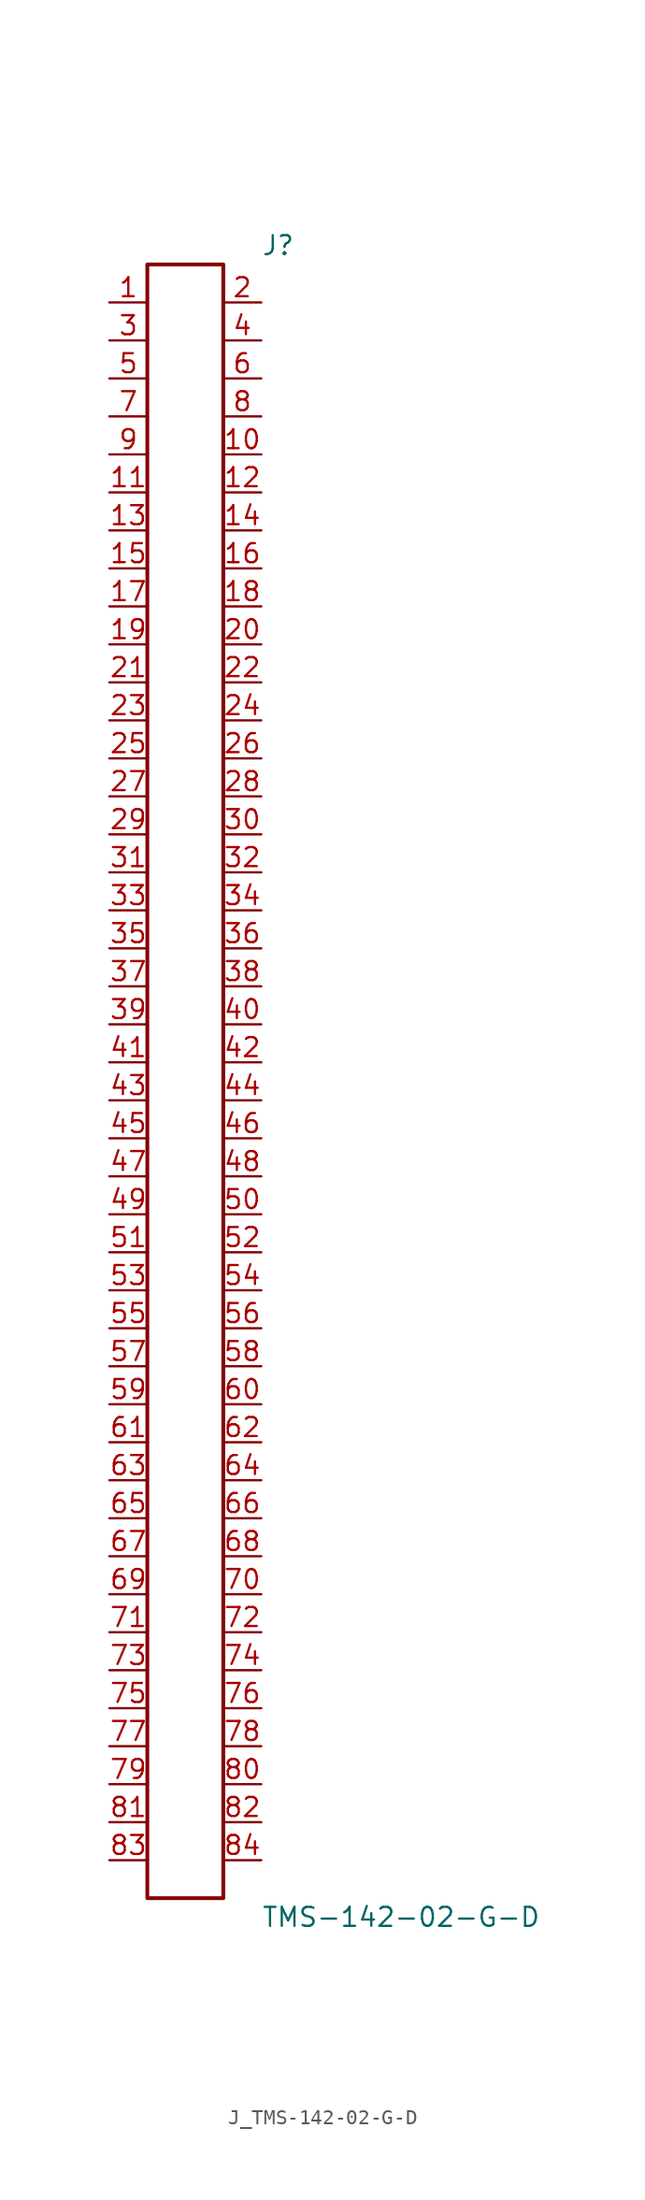
<source format=kicad_sym>
(kicad_symbol_lib
  (version 20231120)
  (generator kicad_symbol_editor)
  (generator_version 8.0)
  (symbol "J_TMS-142-02-G-D"
    (pin_names
      (offset 0.254))
    (property "Reference" "J"
      (at 5.08 55.88 0)
      (effects (font (size 1.27 1.27)) (justify left)))
    (property "Value" "TMS-142-02-G-D"
      (at 5.08 -55.88 0)
      (effects (font (size 1.27 1.27)) (justify left)))
    (symbol "J_TMS-142-02-G-D_0_0"
      (pin unspecified line (at -5.08 52.07 0) (length 2.54) (name "" (effects (font (size 1.27 1.27)))) (number "1" (effects (font (size 1.27 1.27)))))
      (pin unspecified line (at 5.08 52.07 180) (length 2.54) (name "" (effects (font (size 1.27 1.27)))) (number "2" (effects (font (size 1.27 1.27)))))
      (pin unspecified line (at -5.08 49.53 0) (length 2.54) (name "" (effects (font (size 1.27 1.27)))) (number "3" (effects (font (size 1.27 1.27)))))
      (pin unspecified line (at 5.08 49.53 180) (length 2.54) (name "" (effects (font (size 1.27 1.27)))) (number "4" (effects (font (size 1.27 1.27)))))
      (pin unspecified line (at -5.08 46.99 0) (length 2.54) (name "" (effects (font (size 1.27 1.27)))) (number "5" (effects (font (size 1.27 1.27)))))
      (pin unspecified line (at 5.08 46.99 180) (length 2.54) (name "" (effects (font (size 1.27 1.27)))) (number "6" (effects (font (size 1.27 1.27)))))
      (pin unspecified line (at -5.08 44.45 0) (length 2.54) (name "" (effects (font (size 1.27 1.27)))) (number "7" (effects (font (size 1.27 1.27)))))
      (pin unspecified line (at 5.08 44.45 180) (length 2.54) (name "" (effects (font (size 1.27 1.27)))) (number "8" (effects (font (size 1.27 1.27)))))
      (pin unspecified line (at -5.08 41.91 0) (length 2.54) (name "" (effects (font (size 1.27 1.27)))) (number "9" (effects (font (size 1.27 1.27)))))
      (pin unspecified line (at 5.08 41.91 180) (length 2.54) (name "" (effects (font (size 1.27 1.27)))) (number "10" (effects (font (size 1.27 1.27)))))
      (pin unspecified line (at -5.08 39.37 0) (length 2.54) (name "" (effects (font (size 1.27 1.27)))) (number "11" (effects (font (size 1.27 1.27)))))
      (pin unspecified line (at 5.08 39.37 180) (length 2.54) (name "" (effects (font (size 1.27 1.27)))) (number "12" (effects (font (size 1.27 1.27)))))
      (pin unspecified line (at -5.08 36.83 0) (length 2.54) (name "" (effects (font (size 1.27 1.27)))) (number "13" (effects (font (size 1.27 1.27)))))
      (pin unspecified line (at 5.08 36.83 180) (length 2.54) (name "" (effects (font (size 1.27 1.27)))) (number "14" (effects (font (size 1.27 1.27)))))
      (pin unspecified line (at -5.08 34.29 0) (length 2.54) (name "" (effects (font (size 1.27 1.27)))) (number "15" (effects (font (size 1.27 1.27)))))
      (pin unspecified line (at 5.08 34.29 180) (length 2.54) (name "" (effects (font (size 1.27 1.27)))) (number "16" (effects (font (size 1.27 1.27)))))
      (pin unspecified line (at -5.08 31.75 0) (length 2.54) (name "" (effects (font (size 1.27 1.27)))) (number "17" (effects (font (size 1.27 1.27)))))
      (pin unspecified line (at 5.08 31.75 180) (length 2.54) (name "" (effects (font (size 1.27 1.27)))) (number "18" (effects (font (size 1.27 1.27)))))
      (pin unspecified line (at -5.08 29.21 0) (length 2.54) (name "" (effects (font (size 1.27 1.27)))) (number "19" (effects (font (size 1.27 1.27)))))
      (pin unspecified line (at 5.08 29.21 180) (length 2.54) (name "" (effects (font (size 1.27 1.27)))) (number "20" (effects (font (size 1.27 1.27)))))
      (pin unspecified line (at -5.08 26.67 0) (length 2.54) (name "" (effects (font (size 1.27 1.27)))) (number "21" (effects (font (size 1.27 1.27)))))
      (pin unspecified line (at 5.08 26.67 180) (length 2.54) (name "" (effects (font (size 1.27 1.27)))) (number "22" (effects (font (size 1.27 1.27)))))
      (pin unspecified line (at -5.08 24.13 0) (length 2.54) (name "" (effects (font (size 1.27 1.27)))) (number "23" (effects (font (size 1.27 1.27)))))
      (pin unspecified line (at 5.08 24.13 180) (length 2.54) (name "" (effects (font (size 1.27 1.27)))) (number "24" (effects (font (size 1.27 1.27)))))
      (pin unspecified line (at -5.08 21.59 0) (length 2.54) (name "" (effects (font (size 1.27 1.27)))) (number "25" (effects (font (size 1.27 1.27)))))
      (pin unspecified line (at 5.08 21.59 180) (length 2.54) (name "" (effects (font (size 1.27 1.27)))) (number "26" (effects (font (size 1.27 1.27)))))
      (pin unspecified line (at -5.08 19.05 0) (length 2.54) (name "" (effects (font (size 1.27 1.27)))) (number "27" (effects (font (size 1.27 1.27)))))
      (pin unspecified line (at 5.08 19.05 180) (length 2.54) (name "" (effects (font (size 1.27 1.27)))) (number "28" (effects (font (size 1.27 1.27)))))
      (pin unspecified line (at -5.08 16.51 0) (length 2.54) (name "" (effects (font (size 1.27 1.27)))) (number "29" (effects (font (size 1.27 1.27)))))
      (pin unspecified line (at 5.08 16.51 180) (length 2.54) (name "" (effects (font (size 1.27 1.27)))) (number "30" (effects (font (size 1.27 1.27)))))
      (pin unspecified line (at -5.08 13.97 0) (length 2.54) (name "" (effects (font (size 1.27 1.27)))) (number "31" (effects (font (size 1.27 1.27)))))
      (pin unspecified line (at 5.08 13.97 180) (length 2.54) (name "" (effects (font (size 1.27 1.27)))) (number "32" (effects (font (size 1.27 1.27)))))
      (pin unspecified line (at -5.08 11.43 0) (length 2.54) (name "" (effects (font (size 1.27 1.27)))) (number "33" (effects (font (size 1.27 1.27)))))
      (pin unspecified line (at 5.08 11.43 180) (length 2.54) (name "" (effects (font (size 1.27 1.27)))) (number "34" (effects (font (size 1.27 1.27)))))
      (pin unspecified line (at -5.08 8.89 0) (length 2.54) (name "" (effects (font (size 1.27 1.27)))) (number "35" (effects (font (size 1.27 1.27)))))
      (pin unspecified line (at 5.08 8.89 180) (length 2.54) (name "" (effects (font (size 1.27 1.27)))) (number "36" (effects (font (size 1.27 1.27)))))
      (pin unspecified line (at -5.08 6.35 0) (length 2.54) (name "" (effects (font (size 1.27 1.27)))) (number "37" (effects (font (size 1.27 1.27)))))
      (pin unspecified line (at 5.08 6.35 180) (length 2.54) (name "" (effects (font (size 1.27 1.27)))) (number "38" (effects (font (size 1.27 1.27)))))
      (pin unspecified line (at -5.08 3.81 0) (length 2.54) (name "" (effects (font (size 1.27 1.27)))) (number "39" (effects (font (size 1.27 1.27)))))
      (pin unspecified line (at 5.08 3.81 180) (length 2.54) (name "" (effects (font (size 1.27 1.27)))) (number "40" (effects (font (size 1.27 1.27)))))
      (pin unspecified line (at -5.08 1.27 0) (length 2.54) (name "" (effects (font (size 1.27 1.27)))) (number "41" (effects (font (size 1.27 1.27)))))
      (pin unspecified line (at 5.08 1.27 180) (length 2.54) (name "" (effects (font (size 1.27 1.27)))) (number "42" (effects (font (size 1.27 1.27)))))
      (pin unspecified line (at -5.08 -1.27 0) (length 2.54) (name "" (effects (font (size 1.27 1.27)))) (number "43" (effects (font (size 1.27 1.27)))))
      (pin unspecified line (at 5.08 -1.27 180) (length 2.54) (name "" (effects (font (size 1.27 1.27)))) (number "44" (effects (font (size 1.27 1.27)))))
      (pin unspecified line (at -5.08 -3.81 0) (length 2.54) (name "" (effects (font (size 1.27 1.27)))) (number "45" (effects (font (size 1.27 1.27)))))
      (pin unspecified line (at 5.08 -3.81 180) (length 2.54) (name "" (effects (font (size 1.27 1.27)))) (number "46" (effects (font (size 1.27 1.27)))))
      (pin unspecified line (at -5.08 -6.35 0) (length 2.54) (name "" (effects (font (size 1.27 1.27)))) (number "47" (effects (font (size 1.27 1.27)))))
      (pin unspecified line (at 5.08 -6.35 180) (length 2.54) (name "" (effects (font (size 1.27 1.27)))) (number "48" (effects (font (size 1.27 1.27)))))
      (pin unspecified line (at -5.08 -8.89 0) (length 2.54) (name "" (effects (font (size 1.27 1.27)))) (number "49" (effects (font (size 1.27 1.27)))))
      (pin unspecified line (at 5.08 -8.89 180) (length 2.54) (name "" (effects (font (size 1.27 1.27)))) (number "50" (effects (font (size 1.27 1.27)))))
      (pin unspecified line (at -5.08 -11.43 0) (length 2.54) (name "" (effects (font (size 1.27 1.27)))) (number "51" (effects (font (size 1.27 1.27)))))
      (pin unspecified line (at 5.08 -11.43 180) (length 2.54) (name "" (effects (font (size 1.27 1.27)))) (number "52" (effects (font (size 1.27 1.27)))))
      (pin unspecified line (at -5.08 -13.97 0) (length 2.54) (name "" (effects (font (size 1.27 1.27)))) (number "53" (effects (font (size 1.27 1.27)))))
      (pin unspecified line (at 5.08 -13.97 180) (length 2.54) (name "" (effects (font (size 1.27 1.27)))) (number "54" (effects (font (size 1.27 1.27)))))
      (pin unspecified line (at -5.08 -16.51 0) (length 2.54) (name "" (effects (font (size 1.27 1.27)))) (number "55" (effects (font (size 1.27 1.27)))))
      (pin unspecified line (at 5.08 -16.51 180) (length 2.54) (name "" (effects (font (size 1.27 1.27)))) (number "56" (effects (font (size 1.27 1.27)))))
      (pin unspecified line (at -5.08 -19.05 0) (length 2.54) (name "" (effects (font (size 1.27 1.27)))) (number "57" (effects (font (size 1.27 1.27)))))
      (pin unspecified line (at 5.08 -19.05 180) (length 2.54) (name "" (effects (font (size 1.27 1.27)))) (number "58" (effects (font (size 1.27 1.27)))))
      (pin unspecified line (at -5.08 -21.59 0) (length 2.54) (name "" (effects (font (size 1.27 1.27)))) (number "59" (effects (font (size 1.27 1.27)))))
      (pin unspecified line (at 5.08 -21.59 180) (length 2.54) (name "" (effects (font (size 1.27 1.27)))) (number "60" (effects (font (size 1.27 1.27)))))
      (pin unspecified line (at -5.08 -24.13 0) (length 2.54) (name "" (effects (font (size 1.27 1.27)))) (number "61" (effects (font (size 1.27 1.27)))))
      (pin unspecified line (at 5.08 -24.13 180) (length 2.54) (name "" (effects (font (size 1.27 1.27)))) (number "62" (effects (font (size 1.27 1.27)))))
      (pin unspecified line (at -5.08 -26.67 0) (length 2.54) (name "" (effects (font (size 1.27 1.27)))) (number "63" (effects (font (size 1.27 1.27)))))
      (pin unspecified line (at 5.08 -26.67 180) (length 2.54) (name "" (effects (font (size 1.27 1.27)))) (number "64" (effects (font (size 1.27 1.27)))))
      (pin unspecified line (at -5.08 -29.21 0) (length 2.54) (name "" (effects (font (size 1.27 1.27)))) (number "65" (effects (font (size 1.27 1.27)))))
      (pin unspecified line (at 5.08 -29.21 180) (length 2.54) (name "" (effects (font (size 1.27 1.27)))) (number "66" (effects (font (size 1.27 1.27)))))
      (pin unspecified line (at -5.08 -31.75 0) (length 2.54) (name "" (effects (font (size 1.27 1.27)))) (number "67" (effects (font (size 1.27 1.27)))))
      (pin unspecified line (at 5.08 -31.75 180) (length 2.54) (name "" (effects (font (size 1.27 1.27)))) (number "68" (effects (font (size 1.27 1.27)))))
      (pin unspecified line (at -5.08 -34.29 0) (length 2.54) (name "" (effects (font (size 1.27 1.27)))) (number "69" (effects (font (size 1.27 1.27)))))
      (pin unspecified line (at 5.08 -34.29 180) (length 2.54) (name "" (effects (font (size 1.27 1.27)))) (number "70" (effects (font (size 1.27 1.27)))))
      (pin unspecified line (at -5.08 -36.83 0) (length 2.54) (name "" (effects (font (size 1.27 1.27)))) (number "71" (effects (font (size 1.27 1.27)))))
      (pin unspecified line (at 5.08 -36.83 180) (length 2.54) (name "" (effects (font (size 1.27 1.27)))) (number "72" (effects (font (size 1.27 1.27)))))
      (pin unspecified line (at -5.08 -39.37 0) (length 2.54) (name "" (effects (font (size 1.27 1.27)))) (number "73" (effects (font (size 1.27 1.27)))))
      (pin unspecified line (at 5.08 -39.37 180) (length 2.54) (name "" (effects (font (size 1.27 1.27)))) (number "74" (effects (font (size 1.27 1.27)))))
      (pin unspecified line (at -5.08 -41.91 0) (length 2.54) (name "" (effects (font (size 1.27 1.27)))) (number "75" (effects (font (size 1.27 1.27)))))
      (pin unspecified line (at 5.08 -41.91 180) (length 2.54) (name "" (effects (font (size 1.27 1.27)))) (number "76" (effects (font (size 1.27 1.27)))))
      (pin unspecified line (at -5.08 -44.45 0) (length 2.54) (name "" (effects (font (size 1.27 1.27)))) (number "77" (effects (font (size 1.27 1.27)))))
      (pin unspecified line (at 5.08 -44.45 180) (length 2.54) (name "" (effects (font (size 1.27 1.27)))) (number "78" (effects (font (size 1.27 1.27)))))
      (pin unspecified line (at -5.08 -46.99 0) (length 2.54) (name "" (effects (font (size 1.27 1.27)))) (number "79" (effects (font (size 1.27 1.27)))))
      (pin unspecified line (at 5.08 -46.99 180) (length 2.54) (name "" (effects (font (size 1.27 1.27)))) (number "80" (effects (font (size 1.27 1.27)))))
      (pin unspecified line (at -5.08 -49.53 0) (length 2.54) (name "" (effects (font (size 1.27 1.27)))) (number "81" (effects (font (size 1.27 1.27)))))
      (pin unspecified line (at 5.08 -49.53 180) (length 2.54) (name "" (effects (font (size 1.27 1.27)))) (number "82" (effects (font (size 1.27 1.27)))))
      (pin unspecified line (at -5.08 -52.07 0) (length 2.54) (name "" (effects (font (size 1.27 1.27)))) (number "83" (effects (font (size 1.27 1.27)))))
      (pin unspecified line (at 5.08 -52.07 180) (length 2.54) (name "" (effects (font (size 1.27 1.27)))) (number "84" (effects (font (size 1.27 1.27))))))
    (symbol "J_TMS-142-02-G-D_1_0"
      (rectangle (start -2.54 54.61) (end 2.54 -54.61) (stroke (width 0.254) (type solid)) (fill (type none))))))
</source>
